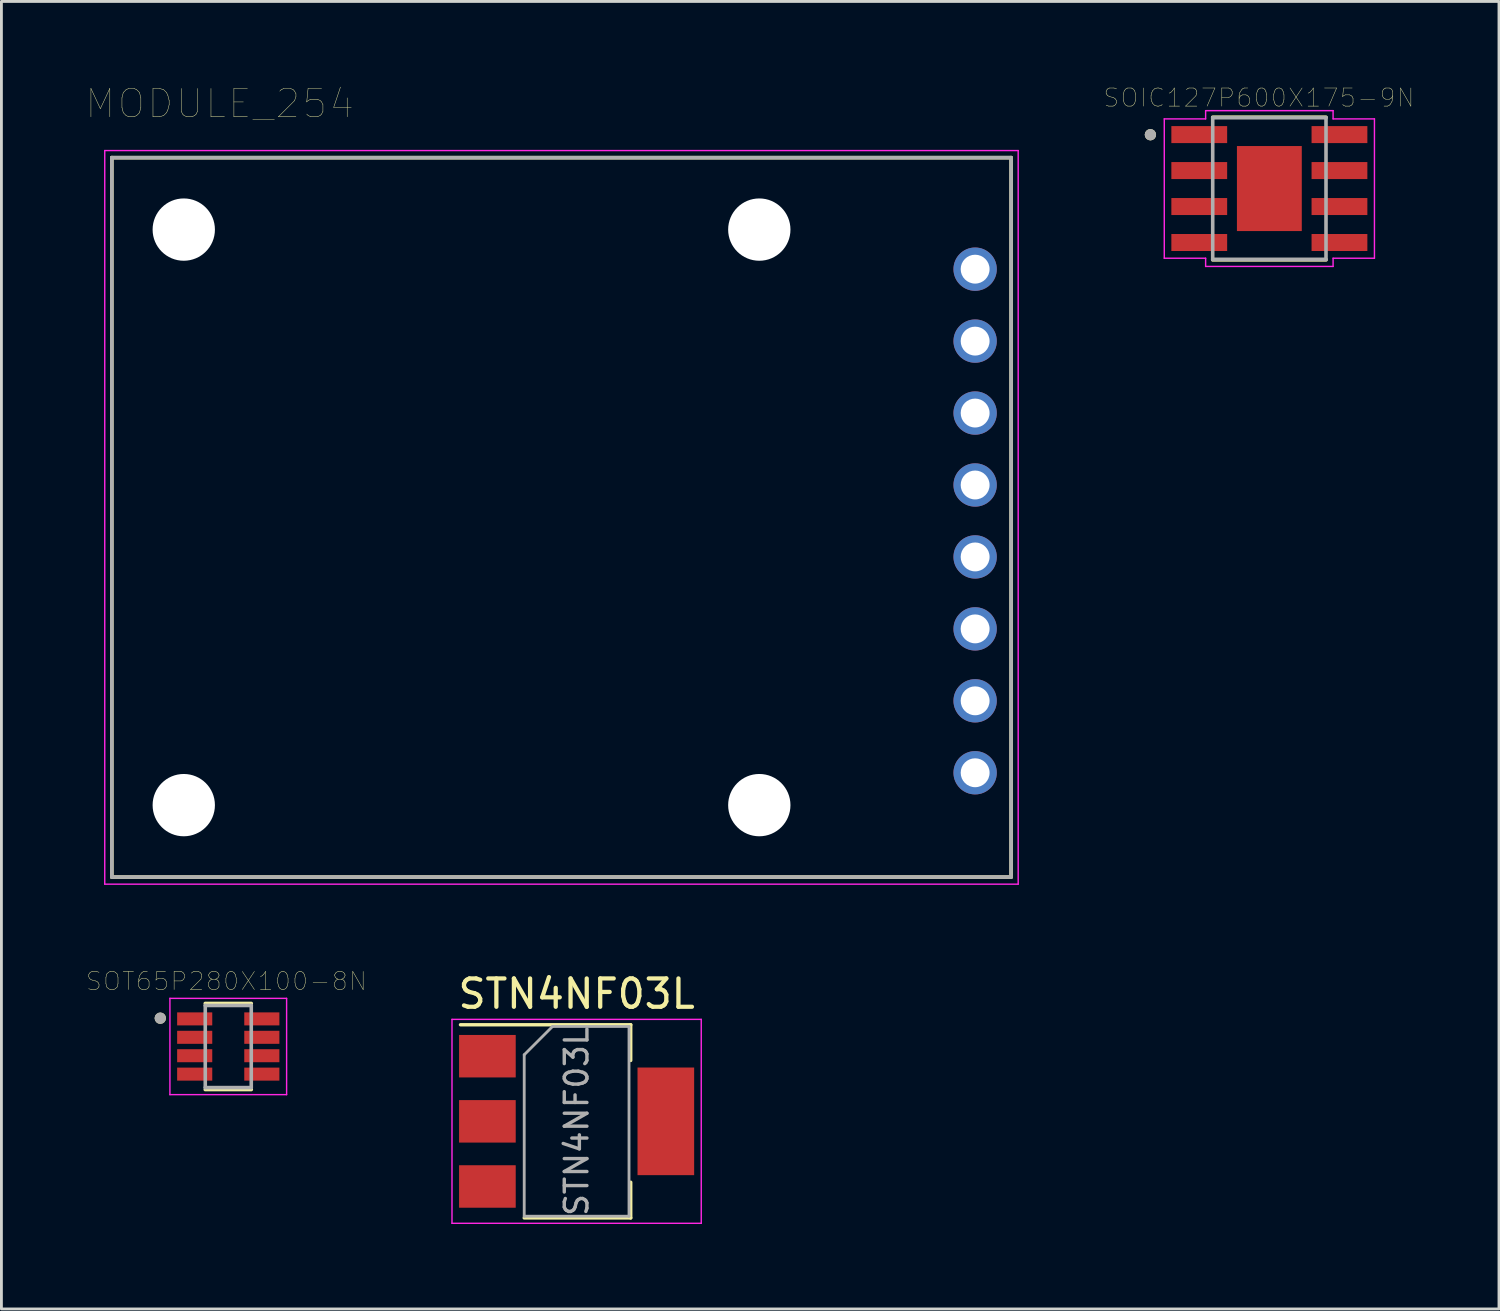
<source format=kicad_pcb>
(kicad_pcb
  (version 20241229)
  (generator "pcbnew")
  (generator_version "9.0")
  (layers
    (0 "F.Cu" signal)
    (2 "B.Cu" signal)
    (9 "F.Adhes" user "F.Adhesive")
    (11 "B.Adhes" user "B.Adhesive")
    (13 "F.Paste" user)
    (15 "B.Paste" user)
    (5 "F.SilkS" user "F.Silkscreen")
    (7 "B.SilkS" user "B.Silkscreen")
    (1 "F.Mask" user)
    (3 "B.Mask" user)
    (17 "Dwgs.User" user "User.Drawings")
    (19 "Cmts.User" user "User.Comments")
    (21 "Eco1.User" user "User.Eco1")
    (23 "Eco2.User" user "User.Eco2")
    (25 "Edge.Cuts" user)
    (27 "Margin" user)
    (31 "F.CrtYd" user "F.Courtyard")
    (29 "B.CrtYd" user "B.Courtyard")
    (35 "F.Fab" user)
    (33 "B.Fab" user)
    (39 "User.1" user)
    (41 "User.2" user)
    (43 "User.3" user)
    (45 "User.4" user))
  (footprint "STN4NF03L"
    (layer "F.Cu")
    (at 17.308 36.54)
    (property "Reference" "STN4NF03L" (at 0 -4.5 0) (layer "F.SilkS") (effects (font (size 1 1) (thickness 0.15))))
    (attr smd)
    (fp_line (start -4.1 -3.41) (end 1.91 -3.41) (stroke (width 0.12) (type solid)) (layer "F.SilkS"))
    (fp_line (start -1.85 3.41) (end 1.91 3.41) (stroke (width 0.12) (type solid)) (layer "F.SilkS"))
    (fp_line (start 1.91 -3.41) (end 1.91 -2.15) (stroke (width 0.12) (type solid)) (layer "F.SilkS"))
    (fp_line (start 1.91 3.41) (end 1.91 2.15) (stroke (width 0.12) (type solid)) (layer "F.SilkS"))
    (fp_line (start -4.4 -3.6) (end -4.4 3.6) (stroke (width 0.05) (type solid)) (layer "F.CrtYd"))
    (fp_line (start -4.4 3.6) (end 4.4 3.6) (stroke (width 0.05) (type solid)) (layer "F.CrtYd"))
    (fp_line (start 4.4 -3.6) (end -4.4 -3.6) (stroke (width 0.05) (type solid)) (layer "F.CrtYd"))
    (fp_line (start 4.4 3.6) (end 4.4 -3.6) (stroke (width 0.05) (type solid)) (layer "F.CrtYd"))
    (fp_line (start -1.85 -2.35) (end -1.85 3.35) (stroke (width 0.1) (type solid)) (layer "F.Fab"))
    (fp_line (start -1.85 -2.35) (end -0.85 -3.35) (stroke (width 0.1) (type solid)) (layer "F.Fab"))
    (fp_line (start -1.85 3.35) (end 1.85 3.35) (stroke (width 0.1) (type solid)) (layer "F.Fab"))
    (fp_line (start -0.85 -3.35) (end 1.85 -3.35) (stroke (width 0.1) (type solid)) (layer "F.Fab"))
    (fp_line (start 1.85 -3.35) (end 1.85 3.35) (stroke (width 0.1) (type solid)) (layer "F.Fab"))
    (fp_text user "${REFERENCE}" (at 0 0 90) (layer "F.Fab") (effects (font (size 0.8 0.8) (thickness 0.12))))
    (pad "1" smd rect (at -3.15 -2.3) (size 2 1.5) (layers "F.Cu" "F.Mask" "F.Paste"))
    (pad "2" smd rect (at -3.15 0) (size 2 1.5) (layers "F.Cu" "F.Mask" "F.Paste"))
    (pad "2" smd rect (at 3.15 0) (size 2 3.8) (layers "F.Cu" "F.Mask" "F.Paste"))
    (pad "3" smd rect (at -3.15 2.3) (size 2 1.5) (layers "F.Cu" "F.Mask" "F.Paste")))
  (footprint "SOIC127P600X175-9N"
    (layer "F.Cu")
    (at 41.766 3.607)
    (property "Reference" "SOIC127P600X175-9N" (at -0.368 -3.206 0) (layer "F.SilkS") (effects (font (size 0.64 0.64) (thickness 0.015))))
    (attr through_hole)
    (fp_line (start -2 -2.519) (end 2 -2.519) (stroke (width 0.127) (type solid)) (layer "F.SilkS"))
    (fp_line (start -2 2.519) (end 2 2.519) (stroke (width 0.127) (type solid)) (layer "F.SilkS"))
    (fp_circle (center -4.2 -1.9) (end -4.1 -1.9) (stroke (width 0.2) (type solid)) (fill no) (layer "F.SilkS"))
    (fp_poly (pts (xy -0.895 -1.245) (xy -0.125 -1.245) (xy -0.125 -0.125) (xy -0.895 -0.125)) (stroke (width 0.01) (type solid)) (fill yes) (layer "F.Paste"))
    (fp_poly (pts (xy -0.895 0.125) (xy -0.125 0.125) (xy -0.125 1.245) (xy -0.895 1.245)) (stroke (width 0.01) (type solid)) (fill yes) (layer "F.Paste"))
    (fp_poly (pts (xy 0.125 -1.245) (xy 0.895 -1.245) (xy 0.895 -0.125) (xy 0.125 -0.125)) (stroke (width 0.01) (type solid)) (fill yes) (layer "F.Paste"))
    (fp_poly (pts (xy 0.125 0.125) (xy 0.895 0.125) (xy 0.895 1.245) (xy 0.125 1.245)) (stroke (width 0.01) (type solid)) (fill yes) (layer "F.Paste"))
    (fp_line (start -3.71 -2.46) (end -2.25 -2.46) (stroke (width 0.05) (type solid)) (layer "F.CrtYd"))
    (fp_line (start -3.71 2.46) (end -3.71 -2.46) (stroke (width 0.05) (type solid)) (layer "F.CrtYd"))
    (fp_line (start -2.25 -2.75) (end 2.25 -2.75) (stroke (width 0.05) (type solid)) (layer "F.CrtYd"))
    (fp_line (start -2.25 -2.46) (end -2.25 -2.75) (stroke (width 0.05) (type solid)) (layer "F.CrtYd"))
    (fp_line (start -2.25 2.46) (end -3.71 2.46) (stroke (width 0.05) (type solid)) (layer "F.CrtYd"))
    (fp_line (start -2.25 2.75) (end -2.25 2.46) (stroke (width 0.05) (type solid)) (layer "F.CrtYd"))
    (fp_line (start 2.25 -2.75) (end 2.25 -2.46) (stroke (width 0.05) (type solid)) (layer "F.CrtYd"))
    (fp_line (start 2.25 -2.46) (end 3.71 -2.46) (stroke (width 0.05) (type solid)) (layer "F.CrtYd"))
    (fp_line (start 2.25 2.46) (end 2.25 2.75) (stroke (width 0.05) (type solid)) (layer "F.CrtYd"))
    (fp_line (start 2.25 2.75) (end -2.25 2.75) (stroke (width 0.05) (type solid)) (layer "F.CrtYd"))
    (fp_line (start 3.71 2.46) (end 2.25 2.46) (stroke (width 0.05) (type solid)) (layer "F.CrtYd"))
    (fp_line (start 3.71 2.46) (end 3.71 -2.46) (stroke (width 0.05) (type solid)) (layer "F.CrtYd"))
    (fp_line (start -2 -2.5) (end 2 -2.5) (stroke (width 0.127) (type solid)) (layer "F.Fab"))
    (fp_line (start -2 2.5) (end -2 -2.5) (stroke (width 0.127) (type solid)) (layer "F.Fab"))
    (fp_line (start 2 -2.5) (end 2 2.5) (stroke (width 0.127) (type solid)) (layer "F.Fab"))
    (fp_line (start 2 2.5) (end -2 2.5) (stroke (width 0.127) (type solid)) (layer "F.Fab"))
    (fp_circle (center -4.2 -1.9) (end -4.1 -1.9) (stroke (width 0.2) (type solid)) (fill no) (layer "F.Fab"))
    (pad "1" smd rect (at -2.475 -1.905) (size 1.97 0.6) (layers "F.Cu" "F.Mask" "F.Paste"))
    (pad "2" smd rect (at -2.475 -0.635) (size 1.97 0.6) (layers "F.Cu" "F.Mask" "F.Paste"))
    (pad "3" smd rect (at -2.475 0.635) (size 1.97 0.6) (layers "F.Cu" "F.Mask" "F.Paste"))
    (pad "4" smd rect (at -2.475 1.905) (size 1.97 0.6) (layers "F.Cu" "F.Mask" "F.Paste"))
    (pad "5" smd rect (at 2.475 1.905) (size 1.97 0.6) (layers "F.Cu" "F.Mask" "F.Paste"))
    (pad "6" smd rect (at 2.475 0.635) (size 1.97 0.6) (layers "F.Cu" "F.Mask" "F.Paste"))
    (pad "7" smd rect (at 2.475 -0.635) (size 1.97 0.6) (layers "F.Cu" "F.Mask" "F.Paste"))
    (pad "8" smd rect (at 2.475 -1.905) (size 1.97 0.6) (layers "F.Cu" "F.Mask" "F.Paste"))
    (pad "9" smd rect (at 0 0) (size 2.29 3.002) (layers "F.Cu" "F.Mask")))
  (footprint "SOT65P280X100-8N"
    (layer "F.Cu")
    (at 5.009 33.898)
    (property "Reference" "SOT65P280X100-8N" (at -0.068 -2.306 0) (layer "F.SilkS") (effects (font (size 0.64 0.64) (thickness 0.015))))
    (attr through_hole)
    (fp_line (start -0.812 -1.52) (end 0.812 -1.52) (stroke (width 0.127) (type solid)) (layer "F.SilkS"))
    (fp_line (start -0.812 1.52) (end 0.812 1.52) (stroke (width 0.127) (type solid)) (layer "F.SilkS"))
    (fp_circle (center -2.4 -1) (end -2.3 -1) (stroke (width 0.2) (type solid)) (fill no) (layer "F.SilkS"))
    (fp_line (start -2.06 -1.7) (end 2.06 -1.7) (stroke (width 0.05) (type solid)) (layer "F.CrtYd"))
    (fp_line (start -2.06 1.7) (end -2.06 -1.7) (stroke (width 0.05) (type solid)) (layer "F.CrtYd"))
    (fp_line (start 2.06 -1.7) (end 2.06 1.7) (stroke (width 0.05) (type solid)) (layer "F.CrtYd"))
    (fp_line (start 2.06 1.7) (end -2.06 1.7) (stroke (width 0.05) (type solid)) (layer "F.CrtYd"))
    (fp_line (start -0.812 -1.45) (end 0.812 -1.45) (stroke (width 0.127) (type solid)) (layer "F.Fab"))
    (fp_line (start -0.812 1.45) (end -0.812 -1.45) (stroke (width 0.127) (type solid)) (layer "F.Fab"))
    (fp_line (start 0.812 -1.45) (end 0.812 1.45) (stroke (width 0.127) (type solid)) (layer "F.Fab"))
    (fp_line (start 0.812 1.45) (end -0.812 1.45) (stroke (width 0.127) (type solid)) (layer "F.Fab"))
    (fp_circle (center -2.4 -1) (end -2.3 -1) (stroke (width 0.2) (type solid)) (fill no) (layer "F.Fab"))
    (pad "1" smd rect (at -1.185 -0.975) (size 1.24 0.46) (layers "F.Cu" "F.Mask" "F.Paste"))
    (pad "2" smd rect (at -1.185 -0.325) (size 1.24 0.46) (layers "F.Cu" "F.Mask" "F.Paste"))
    (pad "3" smd rect (at -1.185 0.325) (size 1.24 0.46) (layers "F.Cu" "F.Mask" "F.Paste"))
    (pad "4" smd rect (at -1.185 0.975) (size 1.24 0.46) (layers "F.Cu" "F.Mask" "F.Paste"))
    (pad "5" smd rect (at 1.185 0.975) (size 1.24 0.46) (layers "F.Cu" "F.Mask" "F.Paste"))
    (pad "6" smd rect (at 1.185 0.325) (size 1.24 0.46) (layers "F.Cu" "F.Mask" "F.Paste"))
    (pad "7" smd rect (at 1.185 -0.325) (size 1.24 0.46) (layers "F.Cu" "F.Mask" "F.Paste"))
    (pad "8" smd rect (at 1.185 -0.975) (size 1.24 0.46) (layers "F.Cu" "F.Mask" "F.Paste")))
  (footprint "MODULE_254"
    (layer "F.Cu")
    (at 16.773 15.216)
    (property "Reference" "MODULE_254" (at -12.065 -14.605 0) (layer "F.SilkS") (effects (font (size 1 1) (thickness 0.015))))
    (attr through_hole)
    (fp_line (start -15.875 -12.7) (end 15.875 -12.7) (stroke (width 0.127) (type solid)) (layer "F.SilkS"))
    (fp_line (start -15.875 12.7) (end -15.875 -12.7) (stroke (width 0.127) (type solid)) (layer "F.SilkS"))
    (fp_line (start 15.875 -12.7) (end 15.875 12.7) (stroke (width 0.127) (type solid)) (layer "F.SilkS"))
    (fp_line (start 15.875 12.7) (end -15.875 12.7) (stroke (width 0.127) (type solid)) (layer "F.SilkS"))
    (fp_line (start -16.125 -12.95) (end 16.125 -12.95) (stroke (width 0.05) (type solid)) (layer "F.CrtYd"))
    (fp_line (start -16.125 12.95) (end -16.125 -12.95) (stroke (width 0.05) (type solid)) (layer "F.CrtYd"))
    (fp_line (start 16.125 -12.95) (end 16.125 12.95) (stroke (width 0.05) (type solid)) (layer "F.CrtYd"))
    (fp_line (start 16.125 12.95) (end -16.125 12.95) (stroke (width 0.05) (type solid)) (layer "F.CrtYd"))
    (fp_line (start -15.875 -12.7) (end 15.875 -12.7) (stroke (width 0.127) (type solid)) (layer "F.Fab"))
    (fp_line (start -15.875 12.7) (end -15.875 -12.7) (stroke (width 0.127) (type solid)) (layer "F.Fab"))
    (fp_line (start 15.875 -12.7) (end 15.875 12.7) (stroke (width 0.127) (type solid)) (layer "F.Fab"))
    (fp_line (start 15.875 12.7) (end -15.875 12.7) (stroke (width 0.127) (type solid)) (layer "F.Fab"))
    (pad "" np_thru_hole circle (at -13.335 -10.16) (size 2.2 2.2) (drill 2.2) (layers "*.Cu" "*.Mask"))
    (pad "" np_thru_hole circle (at -13.335 10.16) (size 2.2 2.2) (drill 2.2) (layers "*.Cu" "*.Mask"))
    (pad "" np_thru_hole circle (at 6.985 -10.16) (size 2.2 2.2) (drill 2.2) (layers "*.Cu" "*.Mask"))
    (pad "" np_thru_hole circle (at 6.985 10.16) (size 2.2 2.2) (drill 2.2) (layers "*.Cu" "*.Mask"))
    (pad "3V" thru_hole circle (at 14.605 6.477) (size 1.53 1.53) (drill 1.02) (layers "*.Cu" "*.Mask"))
    (pad "5V" thru_hole circle (at 14.605 9.017) (size 1.53 1.53) (drill 1.02) (layers "*.Cu" "*.Mask"))
    (pad "CD" thru_hole circle (at 14.605 -8.763) (size 1.53 1.53) (drill 1.02) (layers "*.Cu" "*.Mask"))
    (pad "CLK" thru_hole circle (at 14.605 1.397) (size 1.53 1.53) (drill 1.02) (layers "*.Cu" "*.Mask"))
    (pad "CS" thru_hole circle (at 14.605 -6.223) (size 1.53 1.53) (drill 1.02) (layers "*.Cu" "*.Mask"))
    (pad "DI" thru_hole circle (at 14.605 -3.683) (size 1.53 1.53) (drill 1.02) (layers "*.Cu" "*.Mask"))
    (pad "DO" thru_hole circle (at 14.605 -1.143) (size 1.53 1.53) (drill 1.02) (layers "*.Cu" "*.Mask"))
    (pad "GND" thru_hole circle (at 14.605 3.937) (size 1.53 1.53) (drill 1.02) (layers "*.Cu" "*.Mask")))
  (gr_rect
    (start -3 -3)
    (end 49.873 43.165)
    (stroke (width 0.1) (type default))
    (fill no)
    (layer "Edge.Cuts")))
</source>
